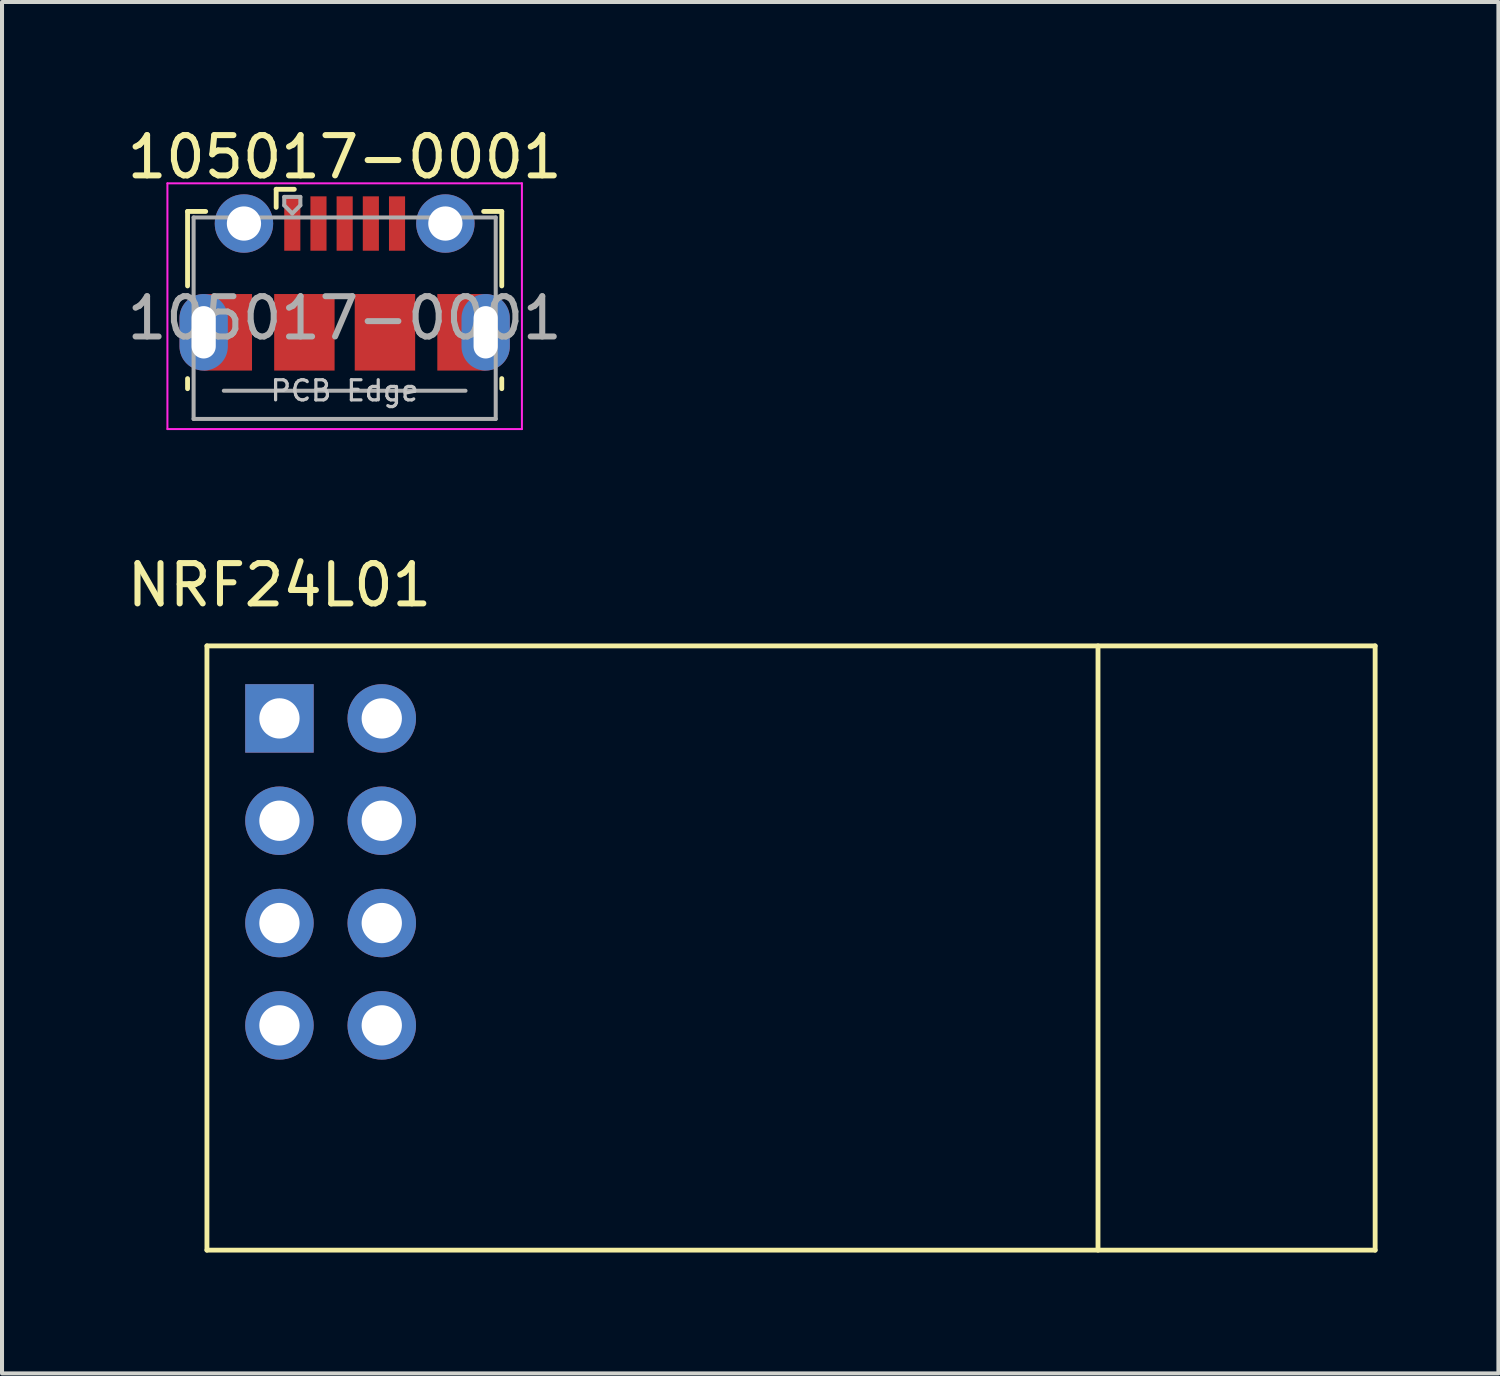
<source format=kicad_pcb>
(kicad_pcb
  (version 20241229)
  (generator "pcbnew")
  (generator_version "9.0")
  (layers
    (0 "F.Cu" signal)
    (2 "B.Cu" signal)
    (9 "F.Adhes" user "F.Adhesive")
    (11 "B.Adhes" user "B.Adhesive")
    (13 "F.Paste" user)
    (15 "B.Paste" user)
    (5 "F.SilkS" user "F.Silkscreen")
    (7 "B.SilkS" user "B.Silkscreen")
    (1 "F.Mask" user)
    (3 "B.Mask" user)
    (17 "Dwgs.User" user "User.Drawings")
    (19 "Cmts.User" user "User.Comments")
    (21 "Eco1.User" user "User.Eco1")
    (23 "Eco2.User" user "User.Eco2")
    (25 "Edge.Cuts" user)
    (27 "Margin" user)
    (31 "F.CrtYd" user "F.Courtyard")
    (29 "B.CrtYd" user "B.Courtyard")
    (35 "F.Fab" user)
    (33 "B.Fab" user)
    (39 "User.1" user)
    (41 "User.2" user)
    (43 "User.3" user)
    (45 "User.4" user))
  (footprint "NRF24L01"
    (layer "F.Cu")
    (at 3.887 14.784)
    (property "Reference" "NRF24L01" (at 0 -3.31 0) (layer "F.SilkS") (effects (font (size 1 1) (thickness 0.15))))
    (attr through_hole)
    (fp_line (start -1.8 -1.8) (end -1.8 13.2) (stroke (width 0.12) (type solid)) (layer "F.SilkS"))
    (fp_line (start -1.8 13.2) (end 27.2 13.2) (stroke (width 0.12) (type solid)) (layer "F.SilkS"))
    (fp_line (start 20.32 13.2) (end 20.32 -1.8) (stroke (width 0.12) (type solid)) (layer "F.SilkS"))
    (fp_line (start 27.2 -1.8) (end -1.8 -1.8) (stroke (width 0.12) (type solid)) (layer "F.SilkS"))
    (fp_line (start 27.2 13.2) (end 27.2 -1.8) (stroke (width 0.12) (type solid)) (layer "F.SilkS"))
    (pad "1" thru_hole rect (at 0 0) (size 1.7 1.7) (drill 1) (layers "*.Cu" "*.Mask"))
    (pad "2" thru_hole oval (at 2.54 0) (size 1.7 1.7) (drill 1) (layers "*.Cu" "*.Mask"))
    (pad "3" thru_hole oval (at 0 2.54) (size 1.7 1.7) (drill 1) (layers "*.Cu" "*.Mask"))
    (pad "4" thru_hole oval (at 2.54 2.54) (size 1.7 1.7) (drill 1) (layers "*.Cu" "*.Mask"))
    (pad "5" thru_hole oval (at 0 5.08) (size 1.7 1.7) (drill 1) (layers "*.Cu" "*.Mask"))
    (pad "6" thru_hole oval (at 2.54 5.08) (size 1.7 1.7) (drill 1) (layers "*.Cu" "*.Mask"))
    (pad "7" thru_hole oval (at 0 7.62) (size 1.7 1.7) (drill 1) (layers "*.Cu" "*.Mask"))
    (pad "8" thru_hole oval (at 2.54 7.62) (size 1.7 1.7) (drill 1) (layers "*.Cu" "*.Mask")))
  (footprint "105017-0001"
    (layer "F.Cu")
    (at 5.506 3.961)
    (property "Reference" "105017-0001" (at 0 -3.112 0) (layer "F.SilkS") (effects (font (size 1 1) (thickness 0.15))))
    (attr smd)
    (fp_line (start -3.9 -1.762) (end -3.45 -1.762) (stroke (width 0.12) (type solid)) (layer "F.SilkS"))
    (fp_line (start -3.9 0.087) (end -3.9 -1.762) (stroke (width 0.12) (type solid)) (layer "F.SilkS"))
    (fp_line (start -3.9 2.638) (end -3.9 2.388) (stroke (width 0.12) (type solid)) (layer "F.SilkS"))
    (fp_line (start -1.7 -2.312) (end -1.7 -1.863) (stroke (width 0.12) (type solid)) (layer "F.SilkS"))
    (fp_line (start -1.7 -2.312) (end -1.25 -2.312) (stroke (width 0.12) (type solid)) (layer "F.SilkS"))
    (fp_line (start 3.9 -1.762) (end 3.45 -1.762) (stroke (width 0.12) (type solid)) (layer "F.SilkS"))
    (fp_line (start 3.9 0.087) (end 3.9 -1.762) (stroke (width 0.12) (type solid)) (layer "F.SilkS"))
    (fp_line (start 3.9 2.638) (end 3.9 2.388) (stroke (width 0.12) (type solid)) (layer "F.SilkS"))
    (fp_line (start -4.4 -2.46) (end 4.4 -2.46) (stroke (width 0.05) (type solid)) (layer "F.CrtYd"))
    (fp_line (start -4.4 3.64) (end -4.4 -2.46) (stroke (width 0.05) (type solid)) (layer "F.CrtYd"))
    (fp_line (start -4.4 3.64) (end 4.4 3.64) (stroke (width 0.05) (type solid)) (layer "F.CrtYd"))
    (fp_line (start 4.4 -2.46) (end 4.4 3.64) (stroke (width 0.05) (type solid)) (layer "F.CrtYd"))
    (fp_line (start -3.75 -1.613) (end 3.75 -1.613) (stroke (width 0.1) (type solid)) (layer "F.Fab"))
    (fp_line (start -3.75 3.388) (end -3.75 -1.613) (stroke (width 0.1) (type solid)) (layer "F.Fab"))
    (fp_line (start -3.75 3.389) (end 3.75 3.389) (stroke (width 0.1) (type solid)) (layer "F.Fab"))
    (fp_line (start -3 2.689) (end 3 2.689) (stroke (width 0.1) (type solid)) (layer "F.Fab"))
    (fp_line (start -1.5 -2.123) (end -1.5 -1.913) (stroke (width 0.1) (type solid)) (layer "F.Fab"))
    (fp_line (start -1.5 -2.123) (end -1.1 -2.123) (stroke (width 0.1) (type solid)) (layer "F.Fab"))
    (fp_line (start -1.3 -1.712) (end -1.5 -1.913) (stroke (width 0.1) (type solid)) (layer "F.Fab"))
    (fp_line (start -1.1 -2.123) (end -1.1 -1.913) (stroke (width 0.1) (type solid)) (layer "F.Fab"))
    (fp_line (start -1.1 -1.913) (end -1.3 -1.712) (stroke (width 0.1) (type solid)) (layer "F.Fab"))
    (fp_line (start 3.75 3.388) (end 3.75 -1.613) (stroke (width 0.1) (type solid)) (layer "F.Fab"))
    (fp_text user "PCB Edge" (at 0 2.688 0) (layer "Dwgs.User") (effects (font (size 0.5 0.5) (thickness 0.08))))
    (fp_text user "${REFERENCE}" (at 0 0.887 0) (layer "F.Fab") (effects (font (size 1 1) (thickness 0.15))))
    (pad "1" smd rect (at -1.3 -1.462) (size 0.4 1.35) (layers "F.Cu" "F.Mask" "F.Paste"))
    (pad "2" smd rect (at -0.65 -1.462) (size 0.4 1.35) (layers "F.Cu" "F.Mask" "F.Paste"))
    (pad "3" smd rect (at 0 -1.462) (size 0.4 1.35) (layers "F.Cu" "F.Mask" "F.Paste"))
    (pad "4" smd rect (at 0.65 -1.462) (size 0.4 1.35) (layers "F.Cu" "F.Mask" "F.Paste"))
    (pad "5" smd rect (at 1.3 -1.462) (size 0.4 1.35) (layers "F.Cu" "F.Mask" "F.Paste"))
    (pad "6" thru_hole oval (at -3.5 1.238 180) (size 1.2 1.9) (drill oval 0.6 1.3) (layers "*.Cu" "*.Mask"))
    (pad "6" smd rect (at -2.9 1.238) (size 1.2 1.9) (layers "F.Cu" "F.Mask"))
    (pad "6" thru_hole circle (at -2.5 -1.462) (size 1.45 1.45) (drill 0.85) (layers "*.Cu" "*.Mask"))
    (pad "6" smd rect (at -1 1.238) (size 1.5 1.9) (layers "F.Cu" "F.Mask" "F.Paste"))
    (pad "6" smd rect (at 1 1.238) (size 1.5 1.9) (layers "F.Cu" "F.Mask" "F.Paste"))
    (pad "6" thru_hole circle (at 2.5 -1.462) (size 1.45 1.45) (drill 0.85) (layers "*.Cu" "*.Mask"))
    (pad "6" smd rect (at 2.9 1.238) (size 1.2 1.9) (layers "F.Cu" "F.Mask"))
    (pad "6" thru_hole oval (at 3.5 1.238) (size 1.2 1.9) (drill oval 0.6 1.3) (layers "*.Cu" "*.Mask")))
  (gr_rect
    (start -3 -3)
    (end 34.147 31.044)
    (stroke (width 0.1) (type default))
    (fill no)
    (layer "Edge.Cuts")))
</source>
